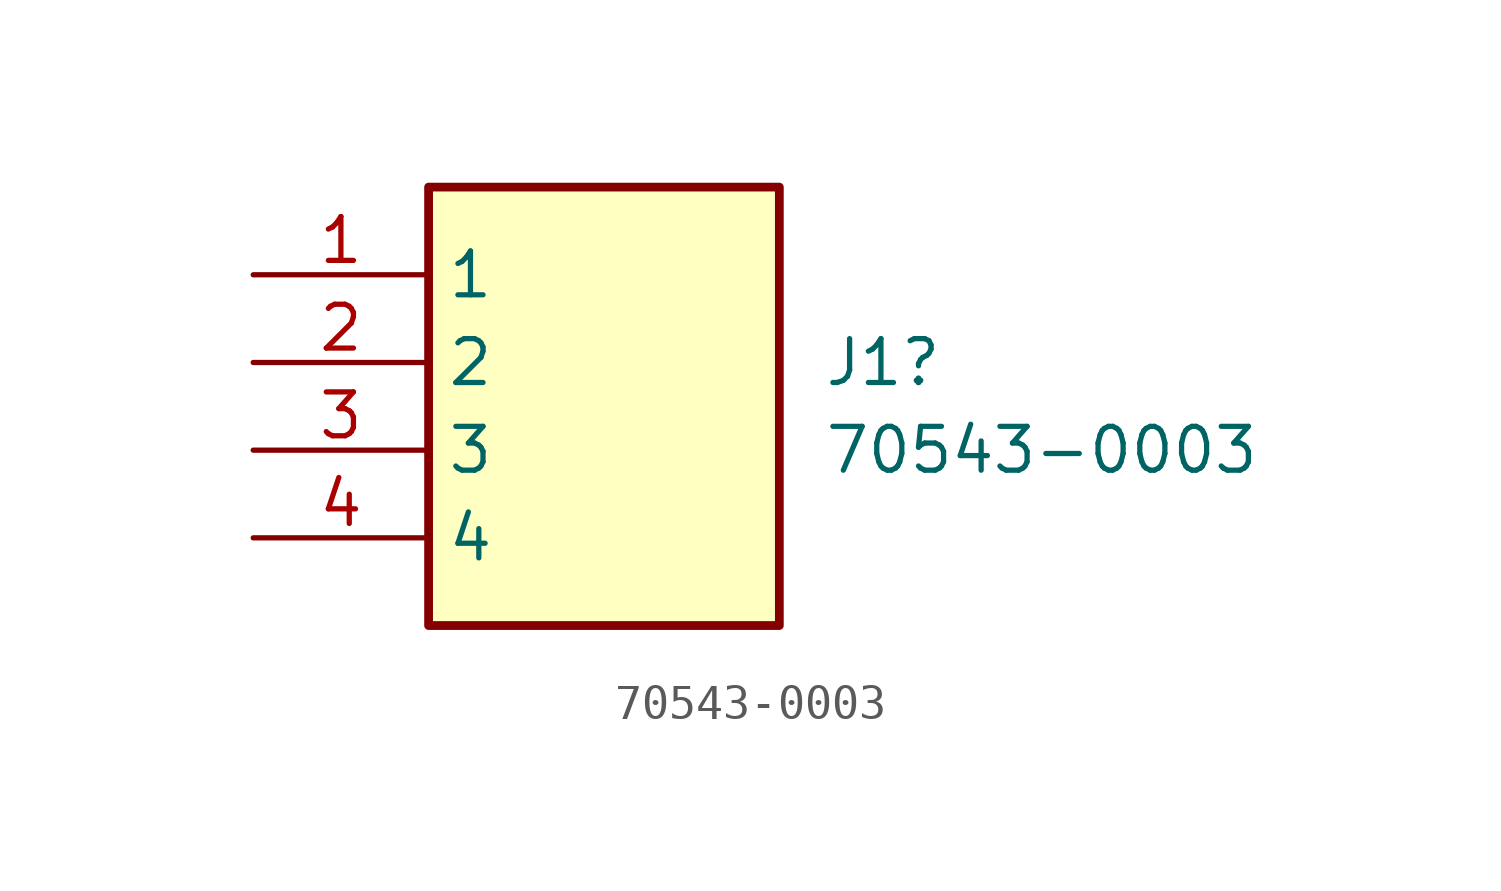
<source format=kicad_sym>
(kicad_symbol_lib
  (version 20231120)
  (generator "kicad_symbol_editor")
  (generator_version "8.0")
  (symbol "70543-0003"
    (property "Reference" "J1"
      (at 16.51 -2.54 0)
      (effects (font (size 1.27 1.27)) (justify left)))
    (property "Value" "70543-0003"
      (at 16.51 -5.08 0)
      (effects (font (size 1.27 1.27)) (justify left)))
    (symbol "70543-0003_1_1"
      (rectangle (start 5.08 2.54) (end 15.24 -10.16) (stroke (width 0.254) (type default)) (fill (type background)))
      (pin passive line (at 0 0 0) (length 5.08) (name "1" (effects (font (size 1.27 1.27)))) (number "1" (effects (font (size 1.27 1.27)))))
      (pin passive line (at 0 -2.54 0) (length 5.08) (name "2" (effects (font (size 1.27 1.27)))) (number "2" (effects (font (size 1.27 1.27)))))
      (pin passive line (at 0 -5.08 0) (length 5.08) (name "3" (effects (font (size 1.27 1.27)))) (number "3" (effects (font (size 1.27 1.27)))))
      (pin passive line (at 0 -7.62 0) (length 5.08) (name "4" (effects (font (size 1.27 1.27)))) (number "4" (effects (font (size 1.27 1.27))))))))
</source>
